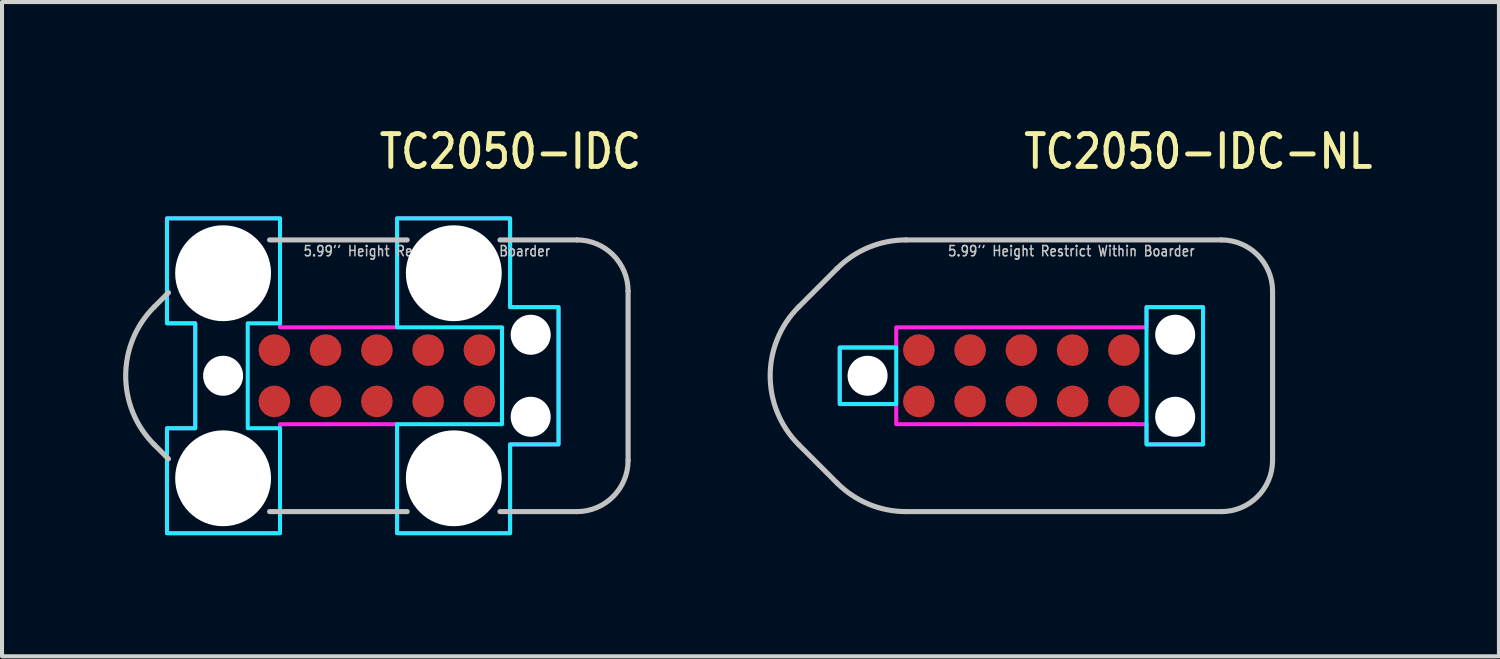
<source format=kicad_pcb>
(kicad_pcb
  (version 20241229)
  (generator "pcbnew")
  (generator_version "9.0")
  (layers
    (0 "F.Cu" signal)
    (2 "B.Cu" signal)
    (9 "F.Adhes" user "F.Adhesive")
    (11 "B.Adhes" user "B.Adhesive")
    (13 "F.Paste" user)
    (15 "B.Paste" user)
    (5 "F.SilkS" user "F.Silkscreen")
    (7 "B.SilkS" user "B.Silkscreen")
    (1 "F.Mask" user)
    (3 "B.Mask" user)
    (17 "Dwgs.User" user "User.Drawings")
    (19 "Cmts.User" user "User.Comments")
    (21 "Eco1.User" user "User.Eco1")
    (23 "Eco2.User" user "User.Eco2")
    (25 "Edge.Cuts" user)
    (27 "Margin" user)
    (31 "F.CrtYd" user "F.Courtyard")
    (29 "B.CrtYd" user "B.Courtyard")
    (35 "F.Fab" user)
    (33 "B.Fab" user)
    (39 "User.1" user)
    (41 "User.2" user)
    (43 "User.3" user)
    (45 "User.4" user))
  (footprint "TC2050-IDC"
    (layer "F.Cu")
    (at 6.287 6.259)
    (property "Reference" "TC2050-IDC" (at 0 -5.08 0) (unlocked yes) (layer "F.SilkS") (effects (font (size 0.813 0.695) (thickness 0.122)) (justify left bottom)))
    (fp_line (start -5.516 -1.706) (end -5.164 -2.059) (stroke (width 0.127) (type solid)) (layer "Dwgs.User"))
    (fp_line (start -5.516 1.706) (end -5.164 2.059) (stroke (width 0.127) (type solid)) (layer "Dwgs.User"))
    (fp_line (start -2.658 -3.365) (end 0.75 -3.365) (stroke (width 0.127) (type solid)) (layer "Dwgs.User"))
    (fp_line (start 0.75 3.365) (end -2.658 3.365) (stroke (width 0.127) (type solid)) (layer "Dwgs.User"))
    (fp_line (start 3.05 -3.365) (end 4.953 -3.365) (stroke (width 0.127) (type solid)) (layer "Dwgs.User"))
    (fp_line (start 4.953 3.365) (end 3.05 3.365) (stroke (width 0.127) (type solid)) (layer "Dwgs.User"))
    (fp_line (start 6.223 -2.095) (end 6.223 2.095) (stroke (width 0.127) (type solid)) (layer "Dwgs.User"))
    (fp_arc (start -5.51625 1.70625) (mid -6.223002 0) (end -5.51625 -1.70625) (stroke (width 0.127) (type solid)) (layer "Dwgs.User"))
    (fp_arc (start 4.953 -3.3655) (mid 5.851026 -2.993526) (end 6.223 -2.0955) (stroke (width 0.127) (type solid)) (layer "Dwgs.User"))
    (fp_arc (start 6.223 2.0955) (mid 5.851026 2.993526) (end 4.953 3.3655) (stroke (width 0.127) (type solid)) (layer "Dwgs.User"))
    (fp_poly (pts (xy -5.2 -3.9) (xy -5.2 -1.3) (xy -4.5 -1.3) (xy -4.5 1.3) (xy -5.2 1.3) (xy -5.2 3.9) (xy -2.4 3.9) (xy -2.4 1.3) (xy -3.2 1.3) (xy -3.2 -1.3) (xy -2.4 -1.3) (xy -2.4 -3.9)) (stroke (width 0.1) (type solid)) (fill no) (layer "B.CrtYd"))
    (fp_poly (pts (xy 0.5 -3.9) (xy 3.3 -3.9) (xy 3.3 -1.7) (xy 4.5 -1.7) (xy 4.5 1.7) (xy 3.3 1.7) (xy 3.3 3.9) (xy 0.5 3.9) (xy 0.5 1.2) (xy 3.1 1.2) (xy 3.1 -1.2) (xy 0.5 -1.2)) (stroke (width 0.1) (type solid)) (fill no) (layer "B.CrtYd"))
    (fp_poly (pts (xy -5.2 -1.3) (xy -5.2 -3.9) (xy -2.4 -3.9) (xy -2.4 -1.2) (xy 0.5 -1.2) (xy 0.5 -3.9) (xy 3.3 -3.9) (xy 3.3 -1.7) (xy 4.5 -1.7) (xy 4.5 1.7) (xy 3.3 1.7) (xy 3.3 3.9) (xy 0.5 3.9) (xy 0.5 1.2) (xy -2.4 1.2) (xy -2.4 3.9) (xy -5.2 3.9) (xy -5.2 1.3) (xy -4.5 1.3) (xy -4.5 -1.3)) (stroke (width 0.1) (type solid)) (fill no) (layer "F.CrtYd"))
    (fp_text user "5.99'' Height Restrict Within Boarder" (at -1.84 -2.94 0) (unlocked yes) (layer "Dwgs.User") (effects (font (size 0.254 0.217) (thickness 0.038)) (justify left bottom)))
    (pad "" np_thru_hole circle (at -3.81 -2.54) (size 2.375 2.375) (drill 2.375) (layers "*.Cu" "*.Mask"))
    (pad "" np_thru_hole circle (at -3.81 0) (size 0.991 0.991) (drill 0.991) (layers "*.Cu" "*.Mask"))
    (pad "" np_thru_hole circle (at -3.81 2.54) (size 2.375 2.375) (drill 2.375) (layers "*.Cu" "*.Mask"))
    (pad "" np_thru_hole circle (at 1.905 -2.54) (size 2.375 2.375) (drill 2.375) (layers "*.Cu" "*.Mask"))
    (pad "" np_thru_hole circle (at 1.905 2.54) (size 2.375 2.375) (drill 2.375) (layers "*.Cu" "*.Mask"))
    (pad "" np_thru_hole circle (at 3.81 -1.016) (size 0.991 0.991) (drill 0.991) (layers "*.Cu" "*.Mask"))
    (pad "" np_thru_hole circle (at 3.81 1.016) (size 0.991 0.991) (drill 0.991) (layers "*.Cu" "*.Mask"))
    (pad "P$1" smd roundrect (at -2.54 0.635) (size 0.787 0.787) (layers "F.Cu" "F.Mask") (roundrect_rratio 0.5))
    (pad "P$2" smd roundrect (at -1.27 0.635) (size 0.787 0.787) (layers "F.Cu" "F.Mask") (roundrect_rratio 0.5))
    (pad "P$3" smd roundrect (at 0 0.635) (size 0.787 0.787) (layers "F.Cu" "F.Mask") (roundrect_rratio 0.5))
    (pad "P$4" smd roundrect (at 1.27 0.635) (size 0.787 0.787) (layers "F.Cu" "F.Mask") (roundrect_rratio 0.5))
    (pad "P$5" smd roundrect (at 2.54 0.635) (size 0.787 0.787) (layers "F.Cu" "F.Mask") (roundrect_rratio 0.5))
    (pad "P$6" smd roundrect (at 2.54 -0.635) (size 0.787 0.787) (layers "F.Cu" "F.Mask") (roundrect_rratio 0.5))
    (pad "P$7" smd roundrect (at 1.27 -0.635) (size 0.787 0.787) (layers "F.Cu" "F.Mask") (roundrect_rratio 0.5))
    (pad "P$8" smd roundrect (at 0 -0.635) (size 0.787 0.787) (layers "F.Cu" "F.Mask") (roundrect_rratio 0.5))
    (pad "P$9" smd roundrect (at -1.27 -0.635) (size 0.787 0.787) (layers "F.Cu" "F.Mask") (roundrect_rratio 0.5))
    (pad "P$10" smd roundrect (at -2.54 -0.635) (size 0.787 0.787) (layers "F.Cu" "F.Mask") (roundrect_rratio 0.5)))
  (footprint "TC2050-IDC-NL"
    (layer "F.Cu")
    (at 22.253 6.259)
    (property "Reference" "TC2050-IDC-NL" (at 0 -5.08 0) (unlocked yes) (layer "F.SilkS") (effects (font (size 0.813 0.695) (thickness 0.122)) (justify left bottom)))
    (fp_line (start -5.516 -1.706) (end -4.564 -2.659) (stroke (width 0.127) (type solid)) (layer "Dwgs.User"))
    (fp_line (start -5.516 1.706) (end -4.564 2.659) (stroke (width 0.127) (type solid)) (layer "Dwgs.User"))
    (fp_line (start -2.857 -3.365) (end 4.953 -3.365) (stroke (width 0.127) (type solid)) (layer "Dwgs.User"))
    (fp_line (start 4.953 3.365) (end -2.857 3.365) (stroke (width 0.127) (type solid)) (layer "Dwgs.User"))
    (fp_line (start 6.223 -2.095) (end 6.223 2.095) (stroke (width 0.127) (type solid)) (layer "Dwgs.User"))
    (fp_arc (start -5.51625 1.70625) (mid -6.223002 0) (end -5.51625 -1.70625) (stroke (width 0.127) (type solid)) (layer "Dwgs.User"))
    (fp_arc (start -4.56375 -2.65875) (mid -3.780916 -3.181822) (end -2.8575 -3.3655) (stroke (width 0.127) (type solid)) (layer "Dwgs.User"))
    (fp_arc (start -2.8575 3.3655) (mid -3.780916 3.181822) (end -4.56375 2.65875) (stroke (width 0.127) (type solid)) (layer "Dwgs.User"))
    (fp_arc (start 4.953 -3.3655) (mid 5.851026 -2.993526) (end 6.223 -2.0955) (stroke (width 0.127) (type solid)) (layer "Dwgs.User"))
    (fp_arc (start 6.223 2.0955) (mid 5.851026 2.993526) (end 4.953 3.3655) (stroke (width 0.127) (type solid)) (layer "Dwgs.User"))
    (fp_poly (pts (xy -4.5 -0.7) (xy -3.1 -0.7) (xy -3.1 0.7) (xy -4.5 0.7)) (stroke (width 0.1) (type solid)) (fill no) (layer "B.CrtYd"))
    (fp_poly (pts (xy 3.1 -1.7) (xy 4.5 -1.7) (xy 4.5 1.7) (xy 3.1 1.7)) (stroke (width 0.1) (type solid)) (fill no) (layer "B.CrtYd"))
    (fp_poly (pts (xy -4.5 -0.7) (xy -3.1 -0.7) (xy -3.1 -1.2) (xy 3.1 -1.2) (xy 3.1 -1.7) (xy 4.5 -1.7) (xy 4.5 1.7) (xy 3.1 1.7) (xy 3.1 1.2) (xy -3.1 1.2) (xy -3.1 0.7) (xy -4.5 0.7)) (stroke (width 0.1) (type solid)) (fill no) (layer "F.CrtYd"))
    (fp_text user "5.99'' Height Restrict Within Boarder" (at -1.84 -2.94 0) (unlocked yes) (layer "Dwgs.User") (effects (font (size 0.254 0.217) (thickness 0.038)) (justify left bottom)))
    (pad "" np_thru_hole circle (at -3.81 0) (size 0.991 0.991) (drill 0.991) (layers "*.Cu" "*.Mask"))
    (pad "" np_thru_hole circle (at 3.81 -1.016) (size 0.991 0.991) (drill 0.991) (layers "*.Cu" "*.Mask"))
    (pad "" np_thru_hole circle (at 3.81 1.016) (size 0.991 0.991) (drill 0.991) (layers "*.Cu" "*.Mask"))
    (pad "1" smd roundrect (at -2.54 0.635) (size 0.787 0.787) (layers "F.Cu" "F.Mask") (roundrect_rratio 0.5))
    (pad "2" smd roundrect (at -1.27 0.635) (size 0.787 0.787) (layers "F.Cu" "F.Mask") (roundrect_rratio 0.5))
    (pad "3" smd roundrect (at 0 0.635) (size 0.787 0.787) (layers "F.Cu" "F.Mask") (roundrect_rratio 0.5))
    (pad "4" smd roundrect (at 1.27 0.635) (size 0.787 0.787) (layers "F.Cu" "F.Mask") (roundrect_rratio 0.5))
    (pad "5" smd roundrect (at 2.54 0.635) (size 0.787 0.787) (layers "F.Cu" "F.Mask") (roundrect_rratio 0.5))
    (pad "6" smd roundrect (at 2.54 -0.635) (size 0.787 0.787) (layers "F.Cu" "F.Mask") (roundrect_rratio 0.5))
    (pad "7" smd roundrect (at 1.27 -0.635) (size 0.787 0.787) (layers "F.Cu" "F.Mask") (roundrect_rratio 0.5))
    (pad "8" smd roundrect (at 0 -0.635) (size 0.787 0.787) (layers "F.Cu" "F.Mask") (roundrect_rratio 0.5))
    (pad "9" smd roundrect (at -1.27 -0.635) (size 0.787 0.787) (layers "F.Cu" "F.Mask") (roundrect_rratio 0.5))
    (pad "10" smd roundrect (at -2.54 -0.635) (size 0.787 0.787) (layers "F.Cu" "F.Mask") (roundrect_rratio 0.5)))
  (gr_rect
    (start -3 -3)
    (end 34.084 13.209)
    (stroke (width 0.1) (type default))
    (fill no)
    (layer "Edge.Cuts")))
</source>
